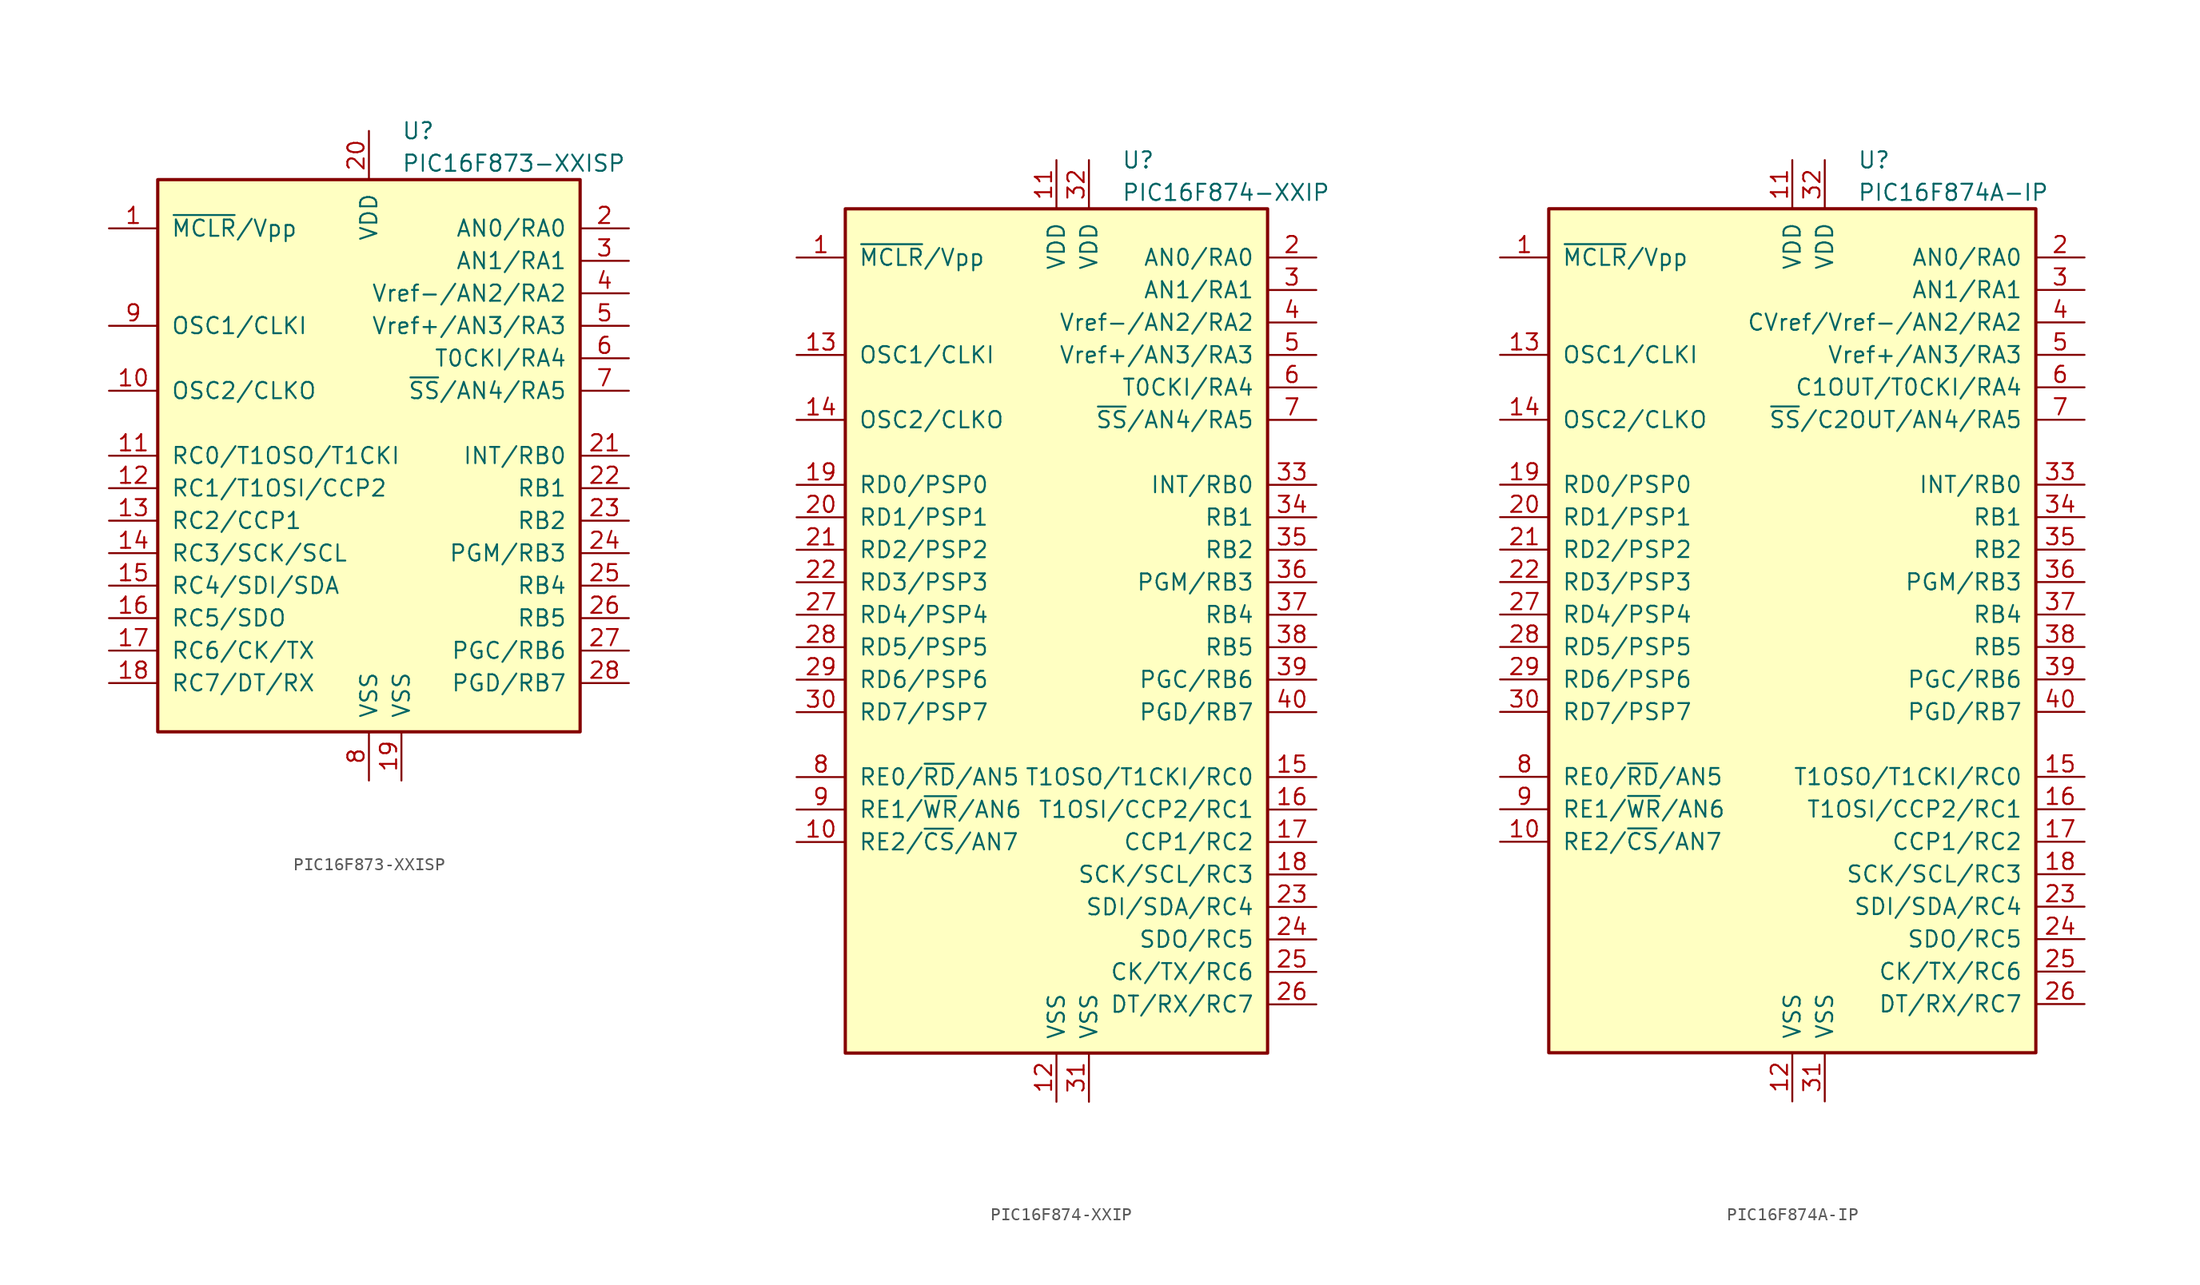
<source format=kicad_sym>
(kicad_symbol_lib
  (version 20241209)
  (generator "kicad_symbol_editor")
  (generator_version "9.0")
  (symbol "PIC16F873-XXISP"
    (pin_names
      (offset 1.016))
    (property "Reference" "U"
      (at 2.54 25.4 0)
      (effects (font (size 1.27 1.27)) (justify left)))
    (property "Value" "PIC16F873-XXISP"
      (at 2.54 22.86 0)
      (effects (font (size 1.27 1.27)) (justify left)))
    (symbol "PIC16F873-XXISP_0_1"
      (rectangle (start -16.51 21.59) (end 16.51 -21.59) (stroke (width 0.254) (type default)) (fill (type background))))
    (symbol "PIC16F873-XXISP_1_1"
      (pin input line (at -20.32 17.78 0) (length 3.81) (name "~{MCLR}/Vpp" (effects (font (size 1.27 1.27)))) (number "1" (effects (font (size 1.27 1.27)))))
      (pin input line (at -20.32 10.16 0) (length 3.81) (name "OSC1/CLKI" (effects (font (size 1.27 1.27)))) (number "9" (effects (font (size 1.27 1.27)))))
      (pin output line (at -20.32 5.08 0) (length 3.81) (name "OSC2/CLKO" (effects (font (size 1.27 1.27)))) (number "10" (effects (font (size 1.27 1.27)))))
      (pin bidirectional line (at -20.32 0 0) (length 3.81) (name "RC0/T1OSO/T1CKI" (effects (font (size 1.27 1.27)))) (number "11" (effects (font (size 1.27 1.27)))))
      (pin bidirectional line (at -20.32 -2.54 0) (length 3.81) (name "RC1/T1OSI/CCP2" (effects (font (size 1.27 1.27)))) (number "12" (effects (font (size 1.27 1.27)))))
      (pin bidirectional line (at -20.32 -5.08 0) (length 3.81) (name "RC2/CCP1" (effects (font (size 1.27 1.27)))) (number "13" (effects (font (size 1.27 1.27)))))
      (pin bidirectional line (at -20.32 -7.62 0) (length 3.81) (name "RC3/SCK/SCL" (effects (font (size 1.27 1.27)))) (number "14" (effects (font (size 1.27 1.27)))))
      (pin bidirectional line (at -20.32 -10.16 0) (length 3.81) (name "RC4/SDI/SDA" (effects (font (size 1.27 1.27)))) (number "15" (effects (font (size 1.27 1.27)))))
      (pin bidirectional line (at -20.32 -12.7 0) (length 3.81) (name "RC5/SDO" (effects (font (size 1.27 1.27)))) (number "16" (effects (font (size 1.27 1.27)))))
      (pin bidirectional line (at -20.32 -15.24 0) (length 3.81) (name "RC6/CK/TX" (effects (font (size 1.27 1.27)))) (number "17" (effects (font (size 1.27 1.27)))))
      (pin bidirectional line (at -20.32 -17.78 0) (length 3.81) (name "RC7/DT/RX" (effects (font (size 1.27 1.27)))) (number "18" (effects (font (size 1.27 1.27)))))
      (pin power_in line (at 0 25.4 270) (length 3.81) (name "VDD" (effects (font (size 1.27 1.27)))) (number "20" (effects (font (size 1.27 1.27)))))
      (pin power_in line (at 0 -25.4 90) (length 3.81) (name "VSS" (effects (font (size 1.27 1.27)))) (number "8" (effects (font (size 1.27 1.27)))))
      (pin power_in line (at 2.54 -25.4 90) (length 3.81) (name "VSS" (effects (font (size 1.27 1.27)))) (number "19" (effects (font (size 1.27 1.27)))))
      (pin bidirectional line (at 20.32 17.78 180) (length 3.81) (name "AN0/RA0" (effects (font (size 1.27 1.27)))) (number "2" (effects (font (size 1.27 1.27)))))
      (pin bidirectional line (at 20.32 15.24 180) (length 3.81) (name "AN1/RA1" (effects (font (size 1.27 1.27)))) (number "3" (effects (font (size 1.27 1.27)))))
      (pin bidirectional line (at 20.32 12.7 180) (length 3.81) (name "Vref-/AN2/RA2" (effects (font (size 1.27 1.27)))) (number "4" (effects (font (size 1.27 1.27)))))
      (pin bidirectional line (at 20.32 10.16 180) (length 3.81) (name "Vref+/AN3/RA3" (effects (font (size 1.27 1.27)))) (number "5" (effects (font (size 1.27 1.27)))))
      (pin bidirectional line (at 20.32 7.62 180) (length 3.81) (name "T0CKI/RA4" (effects (font (size 1.27 1.27)))) (number "6" (effects (font (size 1.27 1.27)))))
      (pin bidirectional line (at 20.32 5.08 180) (length 3.81) (name "~{SS}/AN4/RA5" (effects (font (size 1.27 1.27)))) (number "7" (effects (font (size 1.27 1.27)))))
      (pin bidirectional line (at 20.32 0 180) (length 3.81) (name "INT/RB0" (effects (font (size 1.27 1.27)))) (number "21" (effects (font (size 1.27 1.27)))))
      (pin bidirectional line (at 20.32 -2.54 180) (length 3.81) (name "RB1" (effects (font (size 1.27 1.27)))) (number "22" (effects (font (size 1.27 1.27)))))
      (pin bidirectional line (at 20.32 -5.08 180) (length 3.81) (name "RB2" (effects (font (size 1.27 1.27)))) (number "23" (effects (font (size 1.27 1.27)))))
      (pin bidirectional line (at 20.32 -7.62 180) (length 3.81) (name "PGM/RB3" (effects (font (size 1.27 1.27)))) (number "24" (effects (font (size 1.27 1.27)))))
      (pin bidirectional line (at 20.32 -10.16 180) (length 3.81) (name "RB4" (effects (font (size 1.27 1.27)))) (number "25" (effects (font (size 1.27 1.27)))))
      (pin bidirectional line (at 20.32 -12.7 180) (length 3.81) (name "RB5" (effects (font (size 1.27 1.27)))) (number "26" (effects (font (size 1.27 1.27)))))
      (pin bidirectional line (at 20.32 -15.24 180) (length 3.81) (name "PGC/RB6" (effects (font (size 1.27 1.27)))) (number "27" (effects (font (size 1.27 1.27)))))
      (pin bidirectional line (at 20.32 -17.78 180) (length 3.81) (name "PGD/RB7" (effects (font (size 1.27 1.27)))) (number "28" (effects (font (size 1.27 1.27)))))))
  (symbol "PIC16F874-XXIP"
    (pin_names
      (offset 1.016))
    (property "Reference" "U"
      (at 5.08 35.56 0)
      (effects (font (size 1.27 1.27)) (justify left)))
    (property "Value" "PIC16F874-XXIP"
      (at 5.08 33.02 0)
      (effects (font (size 1.27 1.27)) (justify left)))
    (symbol "PIC16F874-XXIP_0_1"
      (rectangle (start -16.51 31.75) (end 16.51 -34.29) (stroke (width 0.254) (type default)) (fill (type background))))
    (symbol "PIC16F874-XXIP_1_1"
      (pin input line (at -20.32 27.94 0) (length 3.81) (name "~{MCLR}/Vpp" (effects (font (size 1.27 1.27)))) (number "1" (effects (font (size 1.27 1.27)))))
      (pin input line (at -20.32 20.32 0) (length 3.81) (name "OSC1/CLKI" (effects (font (size 1.27 1.27)))) (number "13" (effects (font (size 1.27 1.27)))))
      (pin output line (at -20.32 15.24 0) (length 3.81) (name "OSC2/CLKO" (effects (font (size 1.27 1.27)))) (number "14" (effects (font (size 1.27 1.27)))))
      (pin bidirectional line (at -20.32 10.16 0) (length 3.81) (name "RD0/PSP0" (effects (font (size 1.27 1.27)))) (number "19" (effects (font (size 1.27 1.27)))))
      (pin bidirectional line (at -20.32 7.62 0) (length 3.81) (name "RD1/PSP1" (effects (font (size 1.27 1.27)))) (number "20" (effects (font (size 1.27 1.27)))))
      (pin bidirectional line (at -20.32 5.08 0) (length 3.81) (name "RD2/PSP2" (effects (font (size 1.27 1.27)))) (number "21" (effects (font (size 1.27 1.27)))))
      (pin bidirectional line (at -20.32 2.54 0) (length 3.81) (name "RD3/PSP3" (effects (font (size 1.27 1.27)))) (number "22" (effects (font (size 1.27 1.27)))))
      (pin bidirectional line (at -20.32 0 0) (length 3.81) (name "RD4/PSP4" (effects (font (size 1.27 1.27)))) (number "27" (effects (font (size 1.27 1.27)))))
      (pin bidirectional line (at -20.32 -2.54 0) (length 3.81) (name "RD5/PSP5" (effects (font (size 1.27 1.27)))) (number "28" (effects (font (size 1.27 1.27)))))
      (pin bidirectional line (at -20.32 -5.08 0) (length 3.81) (name "RD6/PSP6" (effects (font (size 1.27 1.27)))) (number "29" (effects (font (size 1.27 1.27)))))
      (pin bidirectional line (at -20.32 -7.62 0) (length 3.81) (name "RD7/PSP7" (effects (font (size 1.27 1.27)))) (number "30" (effects (font (size 1.27 1.27)))))
      (pin bidirectional line (at -20.32 -12.7 0) (length 3.81) (name "RE0/~{RD}/AN5" (effects (font (size 1.27 1.27)))) (number "8" (effects (font (size 1.27 1.27)))))
      (pin bidirectional line (at -20.32 -15.24 0) (length 3.81) (name "RE1/~{WR}/AN6" (effects (font (size 1.27 1.27)))) (number "9" (effects (font (size 1.27 1.27)))))
      (pin bidirectional line (at -20.32 -17.78 0) (length 3.81) (name "RE2/~{CS}/AN7" (effects (font (size 1.27 1.27)))) (number "10" (effects (font (size 1.27 1.27)))))
      (pin power_in line (at 0 35.56 270) (length 3.81) (name "VDD" (effects (font (size 1.27 1.27)))) (number "11" (effects (font (size 1.27 1.27)))))
      (pin power_in line (at 0 -38.1 90) (length 3.81) (name "VSS" (effects (font (size 1.27 1.27)))) (number "12" (effects (font (size 1.27 1.27)))))
      (pin power_in line (at 2.54 35.56 270) (length 3.81) (name "VDD" (effects (font (size 1.27 1.27)))) (number "32" (effects (font (size 1.27 1.27)))))
      (pin power_in line (at 2.54 -38.1 90) (length 3.81) (name "VSS" (effects (font (size 1.27 1.27)))) (number "31" (effects (font (size 1.27 1.27)))))
      (pin bidirectional line (at 20.32 27.94 180) (length 3.81) (name "AN0/RA0" (effects (font (size 1.27 1.27)))) (number "2" (effects (font (size 1.27 1.27)))))
      (pin bidirectional line (at 20.32 25.4 180) (length 3.81) (name "AN1/RA1" (effects (font (size 1.27 1.27)))) (number "3" (effects (font (size 1.27 1.27)))))
      (pin bidirectional line (at 20.32 22.86 180) (length 3.81) (name "Vref-/AN2/RA2" (effects (font (size 1.27 1.27)))) (number "4" (effects (font (size 1.27 1.27)))))
      (pin bidirectional line (at 20.32 20.32 180) (length 3.81) (name "Vref+/AN3/RA3" (effects (font (size 1.27 1.27)))) (number "5" (effects (font (size 1.27 1.27)))))
      (pin bidirectional line (at 20.32 17.78 180) (length 3.81) (name "T0CKI/RA4" (effects (font (size 1.27 1.27)))) (number "6" (effects (font (size 1.27 1.27)))))
      (pin bidirectional line (at 20.32 15.24 180) (length 3.81) (name "~{SS}/AN4/RA5" (effects (font (size 1.27 1.27)))) (number "7" (effects (font (size 1.27 1.27)))))
      (pin bidirectional line (at 20.32 10.16 180) (length 3.81) (name "INT/RB0" (effects (font (size 1.27 1.27)))) (number "33" (effects (font (size 1.27 1.27)))))
      (pin bidirectional line (at 20.32 7.62 180) (length 3.81) (name "RB1" (effects (font (size 1.27 1.27)))) (number "34" (effects (font (size 1.27 1.27)))))
      (pin bidirectional line (at 20.32 5.08 180) (length 3.81) (name "RB2" (effects (font (size 1.27 1.27)))) (number "35" (effects (font (size 1.27 1.27)))))
      (pin bidirectional line (at 20.32 2.54 180) (length 3.81) (name "PGM/RB3" (effects (font (size 1.27 1.27)))) (number "36" (effects (font (size 1.27 1.27)))))
      (pin bidirectional line (at 20.32 0 180) (length 3.81) (name "RB4" (effects (font (size 1.27 1.27)))) (number "37" (effects (font (size 1.27 1.27)))))
      (pin bidirectional line (at 20.32 -2.54 180) (length 3.81) (name "RB5" (effects (font (size 1.27 1.27)))) (number "38" (effects (font (size 1.27 1.27)))))
      (pin bidirectional line (at 20.32 -5.08 180) (length 3.81) (name "PGC/RB6" (effects (font (size 1.27 1.27)))) (number "39" (effects (font (size 1.27 1.27)))))
      (pin bidirectional line (at 20.32 -7.62 180) (length 3.81) (name "PGD/RB7" (effects (font (size 1.27 1.27)))) (number "40" (effects (font (size 1.27 1.27)))))
      (pin bidirectional line (at 20.32 -12.7 180) (length 3.81) (name "T1OSO/T1CKI/RC0" (effects (font (size 1.27 1.27)))) (number "15" (effects (font (size 1.27 1.27)))))
      (pin bidirectional line (at 20.32 -15.24 180) (length 3.81) (name "T1OSI/CCP2/RC1" (effects (font (size 1.27 1.27)))) (number "16" (effects (font (size 1.27 1.27)))))
      (pin bidirectional line (at 20.32 -17.78 180) (length 3.81) (name "CCP1/RC2" (effects (font (size 1.27 1.27)))) (number "17" (effects (font (size 1.27 1.27)))))
      (pin bidirectional line (at 20.32 -20.32 180) (length 3.81) (name "SCK/SCL/RC3" (effects (font (size 1.27 1.27)))) (number "18" (effects (font (size 1.27 1.27)))))
      (pin bidirectional line (at 20.32 -22.86 180) (length 3.81) (name "SDI/SDA/RC4" (effects (font (size 1.27 1.27)))) (number "23" (effects (font (size 1.27 1.27)))))
      (pin bidirectional line (at 20.32 -25.4 180) (length 3.81) (name "SDO/RC5" (effects (font (size 1.27 1.27)))) (number "24" (effects (font (size 1.27 1.27)))))
      (pin bidirectional line (at 20.32 -27.94 180) (length 3.81) (name "CK/TX/RC6" (effects (font (size 1.27 1.27)))) (number "25" (effects (font (size 1.27 1.27)))))
      (pin bidirectional line (at 20.32 -30.48 180) (length 3.81) (name "DT/RX/RC7" (effects (font (size 1.27 1.27)))) (number "26" (effects (font (size 1.27 1.27)))))))
  (symbol "PIC16F874A-IP"
    (pin_names
      (offset 1.016))
    (property "Reference" "U"
      (at 5.08 35.56 0)
      (effects (font (size 1.27 1.27)) (justify left)))
    (property "Value" "PIC16F874A-IP"
      (at 5.08 33.02 0)
      (effects (font (size 1.27 1.27)) (justify left)))
    (symbol "PIC16F874A-IP_0_1"
      (rectangle (start -19.05 31.75) (end 19.05 -34.29) (stroke (width 0.254) (type default)) (fill (type background))))
    (symbol "PIC16F874A-IP_1_1"
      (pin input line (at -22.86 27.94 0) (length 3.81) (name "~{MCLR}/Vpp" (effects (font (size 1.27 1.27)))) (number "1" (effects (font (size 1.27 1.27)))))
      (pin input line (at -22.86 20.32 0) (length 3.81) (name "OSC1/CLKI" (effects (font (size 1.27 1.27)))) (number "13" (effects (font (size 1.27 1.27)))))
      (pin output line (at -22.86 15.24 0) (length 3.81) (name "OSC2/CLKO" (effects (font (size 1.27 1.27)))) (number "14" (effects (font (size 1.27 1.27)))))
      (pin bidirectional line (at -22.86 10.16 0) (length 3.81) (name "RD0/PSP0" (effects (font (size 1.27 1.27)))) (number "19" (effects (font (size 1.27 1.27)))))
      (pin bidirectional line (at -22.86 7.62 0) (length 3.81) (name "RD1/PSP1" (effects (font (size 1.27 1.27)))) (number "20" (effects (font (size 1.27 1.27)))))
      (pin bidirectional line (at -22.86 5.08 0) (length 3.81) (name "RD2/PSP2" (effects (font (size 1.27 1.27)))) (number "21" (effects (font (size 1.27 1.27)))))
      (pin bidirectional line (at -22.86 2.54 0) (length 3.81) (name "RD3/PSP3" (effects (font (size 1.27 1.27)))) (number "22" (effects (font (size 1.27 1.27)))))
      (pin bidirectional line (at -22.86 0 0) (length 3.81) (name "RD4/PSP4" (effects (font (size 1.27 1.27)))) (number "27" (effects (font (size 1.27 1.27)))))
      (pin bidirectional line (at -22.86 -2.54 0) (length 3.81) (name "RD5/PSP5" (effects (font (size 1.27 1.27)))) (number "28" (effects (font (size 1.27 1.27)))))
      (pin bidirectional line (at -22.86 -5.08 0) (length 3.81) (name "RD6/PSP6" (effects (font (size 1.27 1.27)))) (number "29" (effects (font (size 1.27 1.27)))))
      (pin bidirectional line (at -22.86 -7.62 0) (length 3.81) (name "RD7/PSP7" (effects (font (size 1.27 1.27)))) (number "30" (effects (font (size 1.27 1.27)))))
      (pin bidirectional line (at -22.86 -12.7 0) (length 3.81) (name "RE0/~{RD}/AN5" (effects (font (size 1.27 1.27)))) (number "8" (effects (font (size 1.27 1.27)))))
      (pin bidirectional line (at -22.86 -15.24 0) (length 3.81) (name "RE1/~{WR}/AN6" (effects (font (size 1.27 1.27)))) (number "9" (effects (font (size 1.27 1.27)))))
      (pin bidirectional line (at -22.86 -17.78 0) (length 3.81) (name "RE2/~{CS}/AN7" (effects (font (size 1.27 1.27)))) (number "10" (effects (font (size 1.27 1.27)))))
      (pin power_in line (at 0 35.56 270) (length 3.81) (name "VDD" (effects (font (size 1.27 1.27)))) (number "11" (effects (font (size 1.27 1.27)))))
      (pin power_in line (at 0 -38.1 90) (length 3.81) (name "VSS" (effects (font (size 1.27 1.27)))) (number "12" (effects (font (size 1.27 1.27)))))
      (pin power_in line (at 2.54 35.56 270) (length 3.81) (name "VDD" (effects (font (size 1.27 1.27)))) (number "32" (effects (font (size 1.27 1.27)))))
      (pin power_in line (at 2.54 -38.1 90) (length 3.81) (name "VSS" (effects (font (size 1.27 1.27)))) (number "31" (effects (font (size 1.27 1.27)))))
      (pin bidirectional line (at 22.86 27.94 180) (length 3.81) (name "AN0/RA0" (effects (font (size 1.27 1.27)))) (number "2" (effects (font (size 1.27 1.27)))))
      (pin bidirectional line (at 22.86 25.4 180) (length 3.81) (name "AN1/RA1" (effects (font (size 1.27 1.27)))) (number "3" (effects (font (size 1.27 1.27)))))
      (pin bidirectional line (at 22.86 22.86 180) (length 3.81) (name "CVref/Vref-/AN2/RA2" (effects (font (size 1.27 1.27)))) (number "4" (effects (font (size 1.27 1.27)))))
      (pin bidirectional line (at 22.86 20.32 180) (length 3.81) (name "Vref+/AN3/RA3" (effects (font (size 1.27 1.27)))) (number "5" (effects (font (size 1.27 1.27)))))
      (pin bidirectional line (at 22.86 17.78 180) (length 3.81) (name "C1OUT/T0CKI/RA4" (effects (font (size 1.27 1.27)))) (number "6" (effects (font (size 1.27 1.27)))))
      (pin bidirectional line (at 22.86 15.24 180) (length 3.81) (name "~{SS}/C2OUT/AN4/RA5" (effects (font (size 1.27 1.27)))) (number "7" (effects (font (size 1.27 1.27)))))
      (pin bidirectional line (at 22.86 10.16 180) (length 3.81) (name "INT/RB0" (effects (font (size 1.27 1.27)))) (number "33" (effects (font (size 1.27 1.27)))))
      (pin bidirectional line (at 22.86 7.62 180) (length 3.81) (name "RB1" (effects (font (size 1.27 1.27)))) (number "34" (effects (font (size 1.27 1.27)))))
      (pin bidirectional line (at 22.86 5.08 180) (length 3.81) (name "RB2" (effects (font (size 1.27 1.27)))) (number "35" (effects (font (size 1.27 1.27)))))
      (pin bidirectional line (at 22.86 2.54 180) (length 3.81) (name "PGM/RB3" (effects (font (size 1.27 1.27)))) (number "36" (effects (font (size 1.27 1.27)))))
      (pin bidirectional line (at 22.86 0 180) (length 3.81) (name "RB4" (effects (font (size 1.27 1.27)))) (number "37" (effects (font (size 1.27 1.27)))))
      (pin bidirectional line (at 22.86 -2.54 180) (length 3.81) (name "RB5" (effects (font (size 1.27 1.27)))) (number "38" (effects (font (size 1.27 1.27)))))
      (pin bidirectional line (at 22.86 -5.08 180) (length 3.81) (name "PGC/RB6" (effects (font (size 1.27 1.27)))) (number "39" (effects (font (size 1.27 1.27)))))
      (pin bidirectional line (at 22.86 -7.62 180) (length 3.81) (name "PGD/RB7" (effects (font (size 1.27 1.27)))) (number "40" (effects (font (size 1.27 1.27)))))
      (pin bidirectional line (at 22.86 -12.7 180) (length 3.81) (name "T1OSO/T1CKI/RC0" (effects (font (size 1.27 1.27)))) (number "15" (effects (font (size 1.27 1.27)))))
      (pin bidirectional line (at 22.86 -15.24 180) (length 3.81) (name "T1OSI/CCP2/RC1" (effects (font (size 1.27 1.27)))) (number "16" (effects (font (size 1.27 1.27)))))
      (pin bidirectional line (at 22.86 -17.78 180) (length 3.81) (name "CCP1/RC2" (effects (font (size 1.27 1.27)))) (number "17" (effects (font (size 1.27 1.27)))))
      (pin bidirectional line (at 22.86 -20.32 180) (length 3.81) (name "SCK/SCL/RC3" (effects (font (size 1.27 1.27)))) (number "18" (effects (font (size 1.27 1.27)))))
      (pin bidirectional line (at 22.86 -22.86 180) (length 3.81) (name "SDI/SDA/RC4" (effects (font (size 1.27 1.27)))) (number "23" (effects (font (size 1.27 1.27)))))
      (pin bidirectional line (at 22.86 -25.4 180) (length 3.81) (name "SDO/RC5" (effects (font (size 1.27 1.27)))) (number "24" (effects (font (size 1.27 1.27)))))
      (pin bidirectional line (at 22.86 -27.94 180) (length 3.81) (name "CK/TX/RC6" (effects (font (size 1.27 1.27)))) (number "25" (effects (font (size 1.27 1.27)))))
      (pin bidirectional line (at 22.86 -30.48 180) (length 3.81) (name "DT/RX/RC7" (effects (font (size 1.27 1.27)))) (number "26" (effects (font (size 1.27 1.27))))))))
</source>
